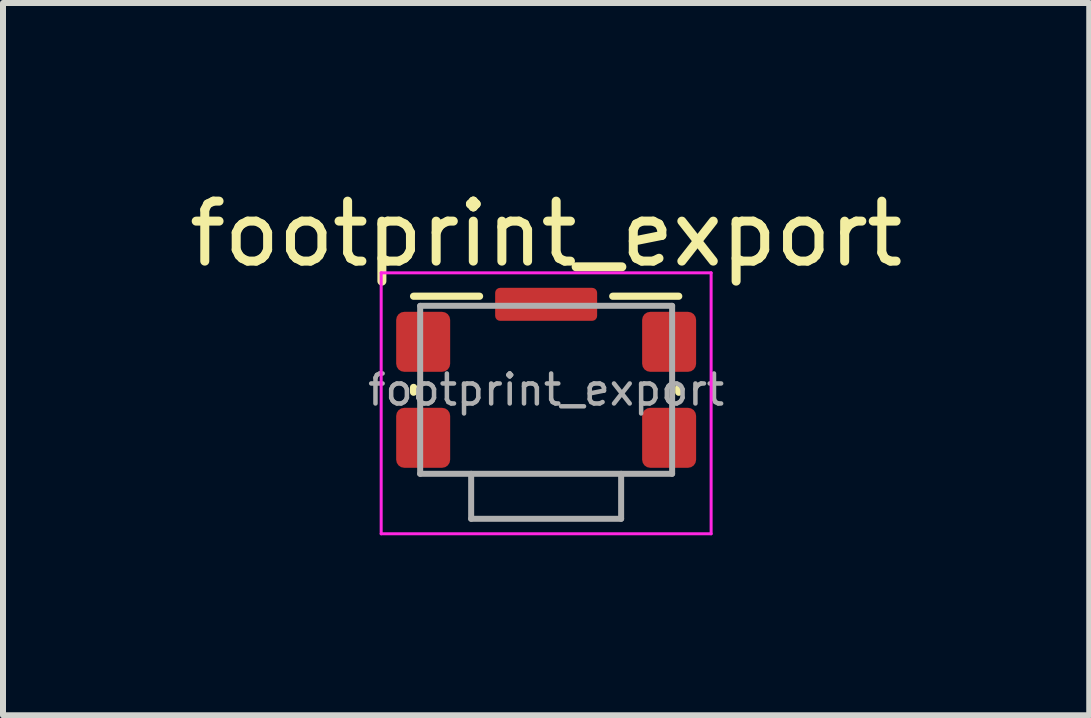
<source format=kicad_pcb>
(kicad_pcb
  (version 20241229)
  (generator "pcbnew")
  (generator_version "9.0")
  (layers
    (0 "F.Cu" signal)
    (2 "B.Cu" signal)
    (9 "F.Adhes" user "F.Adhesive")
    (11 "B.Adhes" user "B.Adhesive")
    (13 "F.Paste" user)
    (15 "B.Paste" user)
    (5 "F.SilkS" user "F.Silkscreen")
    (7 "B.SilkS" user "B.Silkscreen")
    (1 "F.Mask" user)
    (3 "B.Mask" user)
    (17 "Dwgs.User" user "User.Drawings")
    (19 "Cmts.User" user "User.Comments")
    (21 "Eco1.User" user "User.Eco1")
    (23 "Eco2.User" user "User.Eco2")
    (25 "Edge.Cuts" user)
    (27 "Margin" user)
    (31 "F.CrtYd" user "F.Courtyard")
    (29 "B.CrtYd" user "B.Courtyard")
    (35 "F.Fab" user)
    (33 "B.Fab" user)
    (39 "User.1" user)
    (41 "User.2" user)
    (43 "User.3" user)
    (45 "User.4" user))
  (footprint "footprint_export"
    (layer "F.Cu")
    (at 6.054 3.448)
    (property "Reference" "footprint_export" (at 0 -2.6 0) (layer "F.SilkS") (effects (font (size 1 1) (thickness 0.15))))
    (attr smd)
    (fp_line (start -2.21 -1.56) (end -1.11 -1.56) (stroke (width 0.12) (type solid)) (layer "F.SilkS"))
    (fp_line (start -2.21 -0.04) (end -2.21 0.04) (stroke (width 0.12) (type default)) (layer "F.SilkS"))
    (fp_line (start 1.11 -1.56) (end 2.21 -1.56) (stroke (width 0.12) (type solid)) (layer "F.SilkS"))
    (fp_line (start 2.21 -0.04) (end 2.21 0.04) (stroke (width 0.12) (type default)) (layer "F.SilkS"))
    (fp_line (start -2.75 -1.95) (end -2.75 2.4) (stroke (width 0.05) (type default)) (layer "F.CrtYd"))
    (fp_line (start -2.75 -1.95) (end 2.75 -1.95) (stroke (width 0.05) (type default)) (layer "F.CrtYd"))
    (fp_line (start -2.75 2.4) (end 2.75 2.4) (stroke (width 0.05) (type default)) (layer "F.CrtYd"))
    (fp_line (start 2.75 -1.95) (end 2.75 2.4) (stroke (width 0.05) (type default)) (layer "F.CrtYd"))
    (fp_line (start -2.1 -1.4) (end -2.1 1.4) (stroke (width 0.1) (type solid)) (layer "F.Fab"))
    (fp_line (start -2.1 -1.4) (end 2.1 -1.4) (stroke (width 0.1) (type solid)) (layer "F.Fab"))
    (fp_line (start -2.1 1.4) (end 2.1 1.4) (stroke (width 0.1) (type solid)) (layer "F.Fab"))
    (fp_line (start -1.25 1.4) (end -1.25 2.15) (stroke (width 0.1) (type solid)) (layer "F.Fab"))
    (fp_line (start -1.25 2.15) (end 1.25 2.15) (stroke (width 0.1) (type solid)) (layer "F.Fab"))
    (fp_line (start 1.25 1.4) (end 1.25 2.15) (stroke (width 0.1) (type solid)) (layer "F.Fab"))
    (fp_line (start 2.1 -1.4) (end 2.1 1.4) (stroke (width 0.1) (type solid)) (layer "F.Fab"))
    (fp_text user "${REFERENCE}" (at 0 0 0) (layer "F.Fab") (effects (font (size 0.5 0.5) (thickness 0.075))))
    (pad "1" smd roundrect (at -2.05 -0.8) (size 0.9 1) (layers "F.Cu" "F.Mask" "F.Paste") (roundrect_rratio 0.15))
    (pad "1" smd roundrect (at 2.05 -0.8) (size 0.9 1) (layers "F.Cu" "F.Mask" "F.Paste") (roundrect_rratio 0.15))
    (pad "2" smd roundrect (at -2.05 0.8) (size 0.9 1) (layers "F.Cu" "F.Mask" "F.Paste") (roundrect_rratio 0.15))
    (pad "2" smd roundrect (at 2.05 0.8) (size 0.9 1) (layers "F.Cu" "F.Mask" "F.Paste") (roundrect_rratio 0.15))
    (pad "SH" smd roundrect (at 0 -1.425) (size 1.7 0.55) (layers "F.Cu" "F.Mask" "F.Paste") (roundrect_rratio 0.15)))
  (gr_rect
    (start -3 -3)
    (end 15.107 8.873)
    (stroke (width 0.1) (type default))
    (fill no)
    (layer "Edge.Cuts")))
</source>
